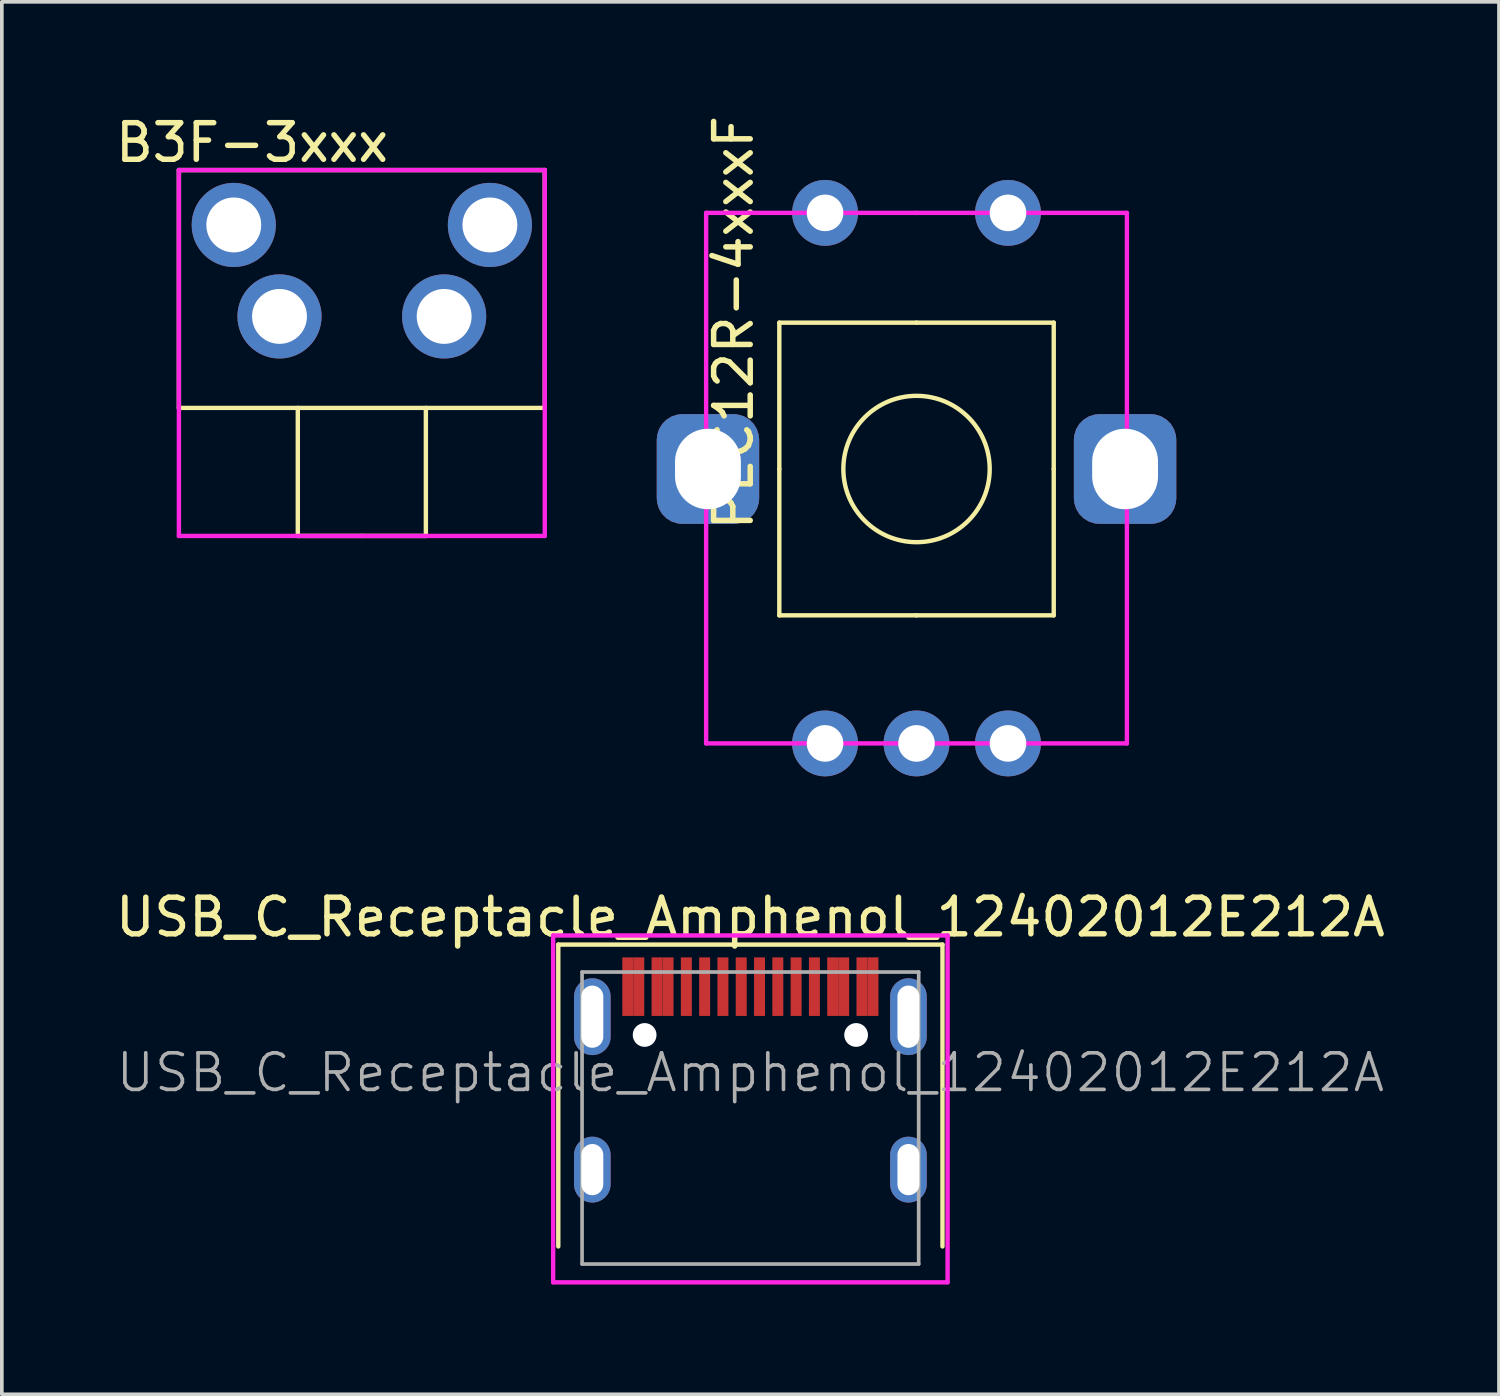
<source format=kicad_pcb>
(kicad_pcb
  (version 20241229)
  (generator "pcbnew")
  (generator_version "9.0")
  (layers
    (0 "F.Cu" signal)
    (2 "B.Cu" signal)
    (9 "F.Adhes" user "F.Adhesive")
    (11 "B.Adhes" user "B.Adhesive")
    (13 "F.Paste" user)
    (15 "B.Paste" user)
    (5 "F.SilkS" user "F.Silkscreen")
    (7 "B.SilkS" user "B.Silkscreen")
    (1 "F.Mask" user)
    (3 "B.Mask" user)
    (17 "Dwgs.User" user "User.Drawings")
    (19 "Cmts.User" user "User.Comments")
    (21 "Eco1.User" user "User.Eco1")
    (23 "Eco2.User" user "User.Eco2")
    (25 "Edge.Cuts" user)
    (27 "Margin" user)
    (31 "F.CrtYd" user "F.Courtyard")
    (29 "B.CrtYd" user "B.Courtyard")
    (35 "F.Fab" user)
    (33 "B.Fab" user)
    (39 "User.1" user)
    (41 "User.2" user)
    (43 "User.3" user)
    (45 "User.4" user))
  (footprint "B3F-3xxx"
    (layer "F.Cu")
    (at 6.839 3.098)
    (property "Reference" "B3F-3xxx" (at -3 -2.25 0) (layer "F.SilkS") (effects (font (size 1 1) (thickness 0.15))))
    (attr through_hole)
    (fp_line (start -5 -1.5) (end 5 -1.5) (stroke (width 0.12) (type solid)) (layer "F.SilkS"))
    (fp_line (start -5 5) (end -5 -1.5) (stroke (width 0.12) (type solid)) (layer "F.SilkS"))
    (fp_line (start -1.75 5) (end -1.75 8.5) (stroke (width 0.12) (type solid)) (layer "F.SilkS"))
    (fp_line (start -1.75 8.5) (end 0 8.5) (stroke (width 0.12) (type solid)) (layer "F.SilkS"))
    (fp_line (start 0 8.5) (end 1.75 8.5) (stroke (width 0.12) (type solid)) (layer "F.SilkS"))
    (fp_line (start 1.75 8.5) (end 1.75 5) (stroke (width 0.12) (type solid)) (layer "F.SilkS"))
    (fp_line (start 5 -1.5) (end 5 5) (stroke (width 0.12) (type solid)) (layer "F.SilkS"))
    (fp_line (start 5 5) (end -5 5) (stroke (width 0.12) (type solid)) (layer "F.SilkS"))
    (fp_line (start -5 -1.5) (end 5 -1.5) (stroke (width 0.12) (type solid)) (layer "F.CrtYd"))
    (fp_line (start -5 8.5) (end -5 -1.5) (stroke (width 0.12) (type solid)) (layer "F.CrtYd"))
    (fp_line (start 5 -1.5) (end 5 3.75) (stroke (width 0.12) (type solid)) (layer "F.CrtYd"))
    (fp_line (start 5 3.75) (end 5 8.5) (stroke (width 0.12) (type solid)) (layer "F.CrtYd"))
    (fp_line (start 5 8.5) (end -5 8.5) (stroke (width 0.12) (type solid)) (layer "F.CrtYd"))
    (pad "1" thru_hole circle (at -2.25 2.5) (size 2.3 2.3) (drill 1.5) (layers "*.Cu" "*.Mask"))
    (pad "2" thru_hole circle (at 2.25 2.5) (size 2.3 2.3) (drill 1.5) (layers "*.Cu" "*.Mask"))
    (pad "3" thru_hole circle (at -3.5 0) (size 2.3 2.3) (drill 1.5) (layers "*.Cu" "*.Mask"))
    (pad "4" thru_hole circle (at 3.5 0) (size 2.3 2.3) (drill 1.5) (layers "*.Cu" "*.Mask")))
  (footprint "PEC12R-4xxxF"
    (layer "F.Cu")
    (at 21.999 9.768)
    (property "Reference" "PEC12R-4xxxF" (at -5 -4 90) (layer "F.SilkS") (effects (font (size 1 1) (thickness 0.15))))
    (attr through_hole)
    (fp_line (start -3.75 -4) (end -3.75 0) (stroke (width 0.12) (type solid)) (layer "F.SilkS"))
    (fp_line (start -3.75 -4) (end 0 -4) (stroke (width 0.12) (type solid)) (layer "F.SilkS"))
    (fp_line (start -3.75 0) (end -3.75 4) (stroke (width 0.12) (type solid)) (layer "F.SilkS"))
    (fp_line (start -3.75 4) (end 0 4) (stroke (width 0.12) (type solid)) (layer "F.SilkS"))
    (fp_line (start 0 -4) (end 3.75 -4) (stroke (width 0.12) (type solid)) (layer "F.SilkS"))
    (fp_line (start 3.75 -4) (end 3.75 0) (stroke (width 0.12) (type solid)) (layer "F.SilkS"))
    (fp_line (start 3.75 4) (end 0 4) (stroke (width 0.12) (type solid)) (layer "F.SilkS"))
    (fp_line (start 3.75 4) (end 3.75 0) (stroke (width 0.12) (type solid)) (layer "F.SilkS"))
    (fp_circle (center 0 0) (end 0 -2) (stroke (width 0.12) (type solid)) (fill no) (layer "F.SilkS"))
    (fp_line (start -5.75 -7) (end 0 -7) (stroke (width 0.12) (type solid)) (layer "F.CrtYd"))
    (fp_line (start -5.75 0) (end -5.75 -7) (stroke (width 0.12) (type solid)) (layer "F.CrtYd"))
    (fp_line (start -5.75 0) (end -5.75 7.5) (stroke (width 0.12) (type solid)) (layer "F.CrtYd"))
    (fp_line (start -5.75 7.5) (end 0 7.5) (stroke (width 0.12) (type solid)) (layer "F.CrtYd"))
    (fp_line (start 0 7.5) (end 5.75 7.5) (stroke (width 0.12) (type solid)) (layer "F.CrtYd"))
    (fp_line (start 5.75 -7) (end 0 -7) (stroke (width 0.12) (type solid)) (layer "F.CrtYd"))
    (fp_line (start 5.75 0) (end 5.75 -7) (stroke (width 0.12) (type solid)) (layer "F.CrtYd"))
    (fp_line (start 5.75 7.5) (end 5.75 0) (stroke (width 0.12) (type solid)) (layer "F.CrtYd"))
    (pad "1" thru_hole circle (at -2.5 -7) (size 1.8 1.8) (drill 1) (layers "*.Cu" "*.Mask"))
    (pad "2" thru_hole circle (at 2.5 -7) (size 1.8 1.8) (drill 1) (layers "*.Cu" "*.Mask"))
    (pad "3" thru_hole circle (at -2.5 7.5) (size 1.8 1.8) (drill 1) (layers "*.Cu" "*.Mask"))
    (pad "4" thru_hole circle (at 0 7.5) (size 1.8 1.8) (drill 1) (layers "*.Cu" "*.Mask"))
    (pad "5" thru_hole circle (at 2.5 7.5) (size 1.8 1.8) (drill 1) (layers "*.Cu" "*.Mask"))
    (pad "6" thru_hole roundrect (at -5.7 0) (size 2.8 3) (drill oval 1.8 2.2) (layers "*.Cu" "*.Mask") (roundrect_rratio 0.25))
    (pad "7" thru_hole roundrect (at 5.7 0) (size 2.8 3) (drill oval 1.8 2.2) (layers "*.Cu" "*.Mask") (roundrect_rratio 0.25)))
  (footprint "USB_C_Receptacle_Amphenol_12402012E212A"
    (layer "F.Cu")
    (at 17.458 31.516)
    (property "Reference" "USB_C_Receptacle_Amphenol_12402012E212A" (at 0 -9.5 0) (layer "F.SilkS") (effects (font (size 1 1) (thickness 0.15))))
    (attr smd)
    (fp_line (start -5.25 -8.75) (end -5.25 -0.5) (stroke (width 0.12) (type solid)) (layer "F.SilkS"))
    (fp_line (start -5.25 -8.75) (end 5.25 -8.75) (stroke (width 0.12) (type solid)) (layer "F.SilkS"))
    (fp_line (start 5.25 -8.75) (end 5.25 -0.5) (stroke (width 0.12) (type solid)) (layer "F.SilkS"))
    (fp_line (start -5.39 -9) (end 5.39 -9) (stroke (width 0.12) (type solid)) (layer "F.CrtYd"))
    (fp_line (start -5.39 0.48) (end -5.39 -9) (stroke (width 0.12) (type solid)) (layer "F.CrtYd"))
    (fp_line (start 5.39 -9) (end 5.39 0.48) (stroke (width 0.12) (type solid)) (layer "F.CrtYd"))
    (fp_line (start 5.39 0.48) (end -5.39 0.48) (stroke (width 0.12) (type solid)) (layer "F.CrtYd"))
    (fp_line (start -4.6 -8) (end 4.6 -8) (stroke (width 0.1) (type solid)) (layer "F.Fab"))
    (fp_line (start -4.6 -0.02) (end -4.6 -8) (stroke (width 0.1) (type solid)) (layer "F.Fab"))
    (fp_line (start -4.6 -0.02) (end 4.6 -0.02) (stroke (width 0.1) (type solid)) (layer "F.Fab"))
    (fp_line (start 4.6 -0.02) (end 4.6 -8) (stroke (width 0.1) (type solid)) (layer "F.Fab"))
    (fp_text user "${REFERENCE}" (at 0 -5.25 0) (layer "F.Fab") (effects (font (size 1 1) (thickness 0.1))))
    (pad "" np_thru_hole circle (at -2.89 -6.28) (size 0.65 0.65) (drill 0.65) (layers "*.Cu" "*.Mask"))
    (pad "" np_thru_hole circle (at 2.89 -6.28) (size 0.65 0.65) (drill 0.65) (layers "*.Cu" "*.Mask"))
    (pad "A1" smd rect (at -3.35 -7.6) (size 0.3 1.6) (layers "F.Cu" "F.Mask" "F.Paste"))
    (pad "A4" smd rect (at -2.55 -7.6) (size 0.3 1.6) (layers "F.Cu" "F.Mask" "F.Paste"))
    (pad "A5" smd rect (at -1.25 -7.6) (size 0.3 1.6) (layers "F.Cu" "F.Mask" "F.Paste"))
    (pad "A6" smd rect (at -0.25 -7.6) (size 0.3 1.6) (layers "F.Cu" "F.Mask" "F.Paste"))
    (pad "A7" smd rect (at 0.25 -7.6) (size 0.3 1.6) (layers "F.Cu" "F.Mask" "F.Paste"))
    (pad "A8" smd rect (at 1.25 -7.6) (size 0.3 1.6) (layers "F.Cu" "F.Mask" "F.Paste"))
    (pad "A9" smd rect (at 2.55 -7.6) (size 0.3 1.6) (layers "F.Cu" "F.Mask" "F.Paste"))
    (pad "A12" smd rect (at 3.35 -7.6) (size 0.3 1.6) (layers "F.Cu" "F.Mask" "F.Paste"))
    (pad "B1" smd rect (at 3.05 -7.6) (size 0.3 1.6) (layers "F.Cu" "F.Mask" "F.Paste"))
    (pad "B4" smd rect (at 2.25 -7.6) (size 0.3 1.6) (layers "F.Cu" "F.Mask" "F.Paste"))
    (pad "B5" smd rect (at 1.75 -7.6) (size 0.3 1.6) (layers "F.Cu" "F.Mask" "F.Paste"))
    (pad "B6" smd rect (at 0.75 -7.6) (size 0.3 1.6) (layers "F.Cu" "F.Mask" "F.Paste"))
    (pad "B7" smd rect (at -0.75 -7.6) (size 0.3 1.6) (layers "F.Cu" "F.Mask" "F.Paste"))
    (pad "B8" smd rect (at -1.75 -7.6) (size 0.3 1.6) (layers "F.Cu" "F.Mask" "F.Paste"))
    (pad "B9" smd rect (at -2.25 -7.6) (size 0.3 1.6) (layers "F.Cu" "F.Mask" "F.Paste"))
    (pad "B12" smd rect (at -3.05 -7.6) (size 0.3 1.6) (layers "F.Cu" "F.Mask" "F.Paste"))
    (pad "S1" thru_hole oval (at -4.32 -6.78) (size 1 2.1) (drill oval 0.6 1.7) (layers "*.Cu" "*.Mask"))
    (pad "S1" thru_hole oval (at -4.32 -2.6) (size 1 1.8) (drill oval 0.6 1.4) (layers "*.Cu" "*.Mask"))
    (pad "S1" thru_hole oval (at 4.32 -6.78) (size 1 2.1) (drill oval 0.6 1.7) (layers "*.Cu" "*.Mask"))
    (pad "S1" thru_hole oval (at 4.32 -2.6) (size 1 1.8) (drill oval 0.6 1.4) (layers "*.Cu" "*.Mask")))
  (gr_rect
    (start -3 -3)
    (end 37.917 35.056)
    (stroke (width 0.1) (type default))
    (fill no)
    (layer "Edge.Cuts")))
</source>
